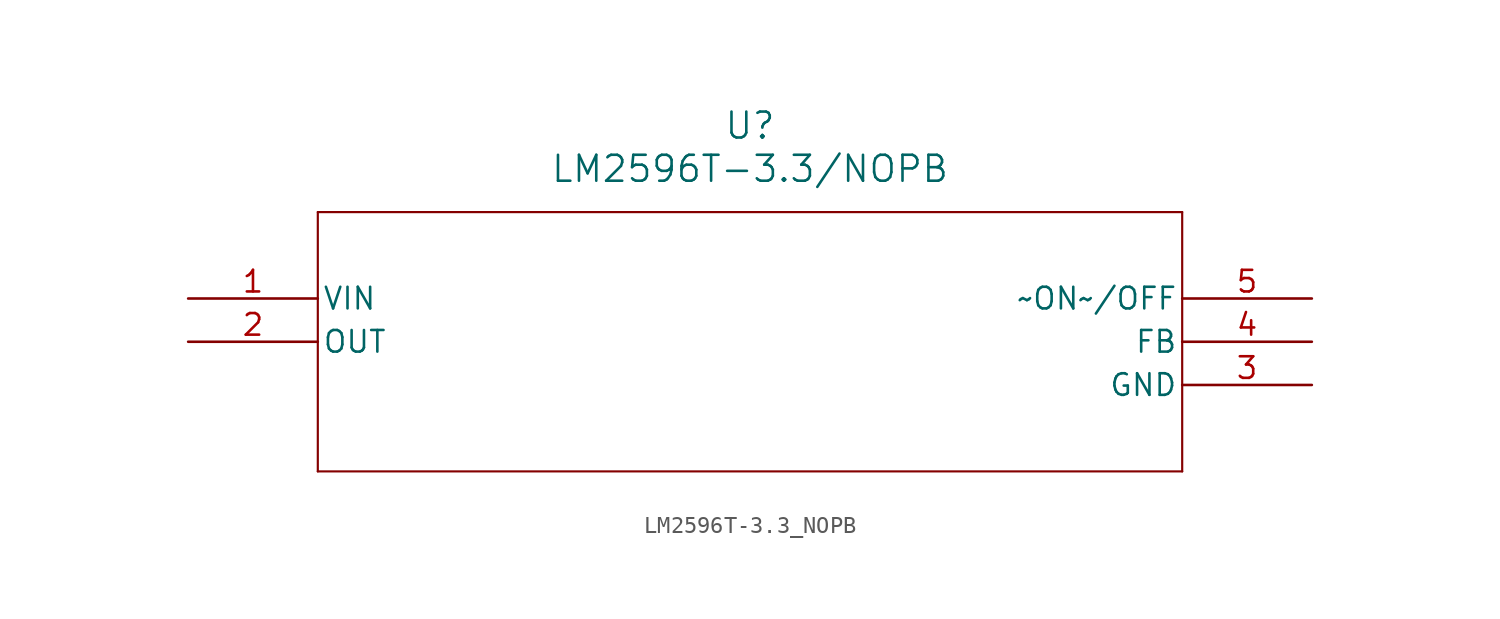
<source format=kicad_sym>
(kicad_symbol_lib
  (version 20211014)
  (generator kicad_symbol_editor)
  (symbol "LM2596T-3.3_NOPB"
    (pin_names
      (offset 0.254))
    (property "Reference" "U"
      (at 33.02 10.16 0)
      (effects (font (size 1.524 1.524))))
    (property "Value" "LM2596T-3.3/NOPB"
      (at 33.02 7.62 0)
      (effects (font (size 1.524 1.524))))
    (symbol "LM2596T-3.3_NOPB_0_1"
      (polyline (pts (xy 7.62 5.08) (xy 7.62 -10.16)) (stroke (width 0.127) (type default) (color 0 0 0 0)) (fill (type none)))
      (polyline (pts (xy 7.62 -10.16) (xy 58.42 -10.16)) (stroke (width 0.127) (type default) (color 0 0 0 0)) (fill (type none)))
      (polyline (pts (xy 58.42 -10.16) (xy 58.42 5.08)) (stroke (width 0.127) (type default) (color 0 0 0 0)) (fill (type none)))
      (polyline (pts (xy 58.42 5.08) (xy 7.62 5.08)) (stroke (width 0.127) (type default) (color 0 0 0 0)) (fill (type none)))
      (pin output line (at 0 0 0) (length 7.62) (name "VIN" (effects (font (size 1.27 1.27)))) (number "1" (effects (font (size 1.27 1.27)))))
      (pin input line (at 0 -2.54 0) (length 7.62) (name "OUT" (effects (font (size 1.27 1.27)))) (number "2" (effects (font (size 1.27 1.27)))))
      (pin passive line (at 66.04 -5.08 180) (length 7.62) (name "GND" (effects (font (size 1.27 1.27)))) (number "3" (effects (font (size 1.27 1.27)))))
      (pin passive line (at 66.04 -2.54 180) (length 7.62) (name "FB" (effects (font (size 1.27 1.27)))) (number "4" (effects (font (size 1.27 1.27)))))
      (pin passive line (at 66.04 0 180) (length 7.62) (name "~ON~/OFF" (effects (font (size 1.27 1.27)))) (number "5" (effects (font (size 1.27 1.27))))))))
</source>
